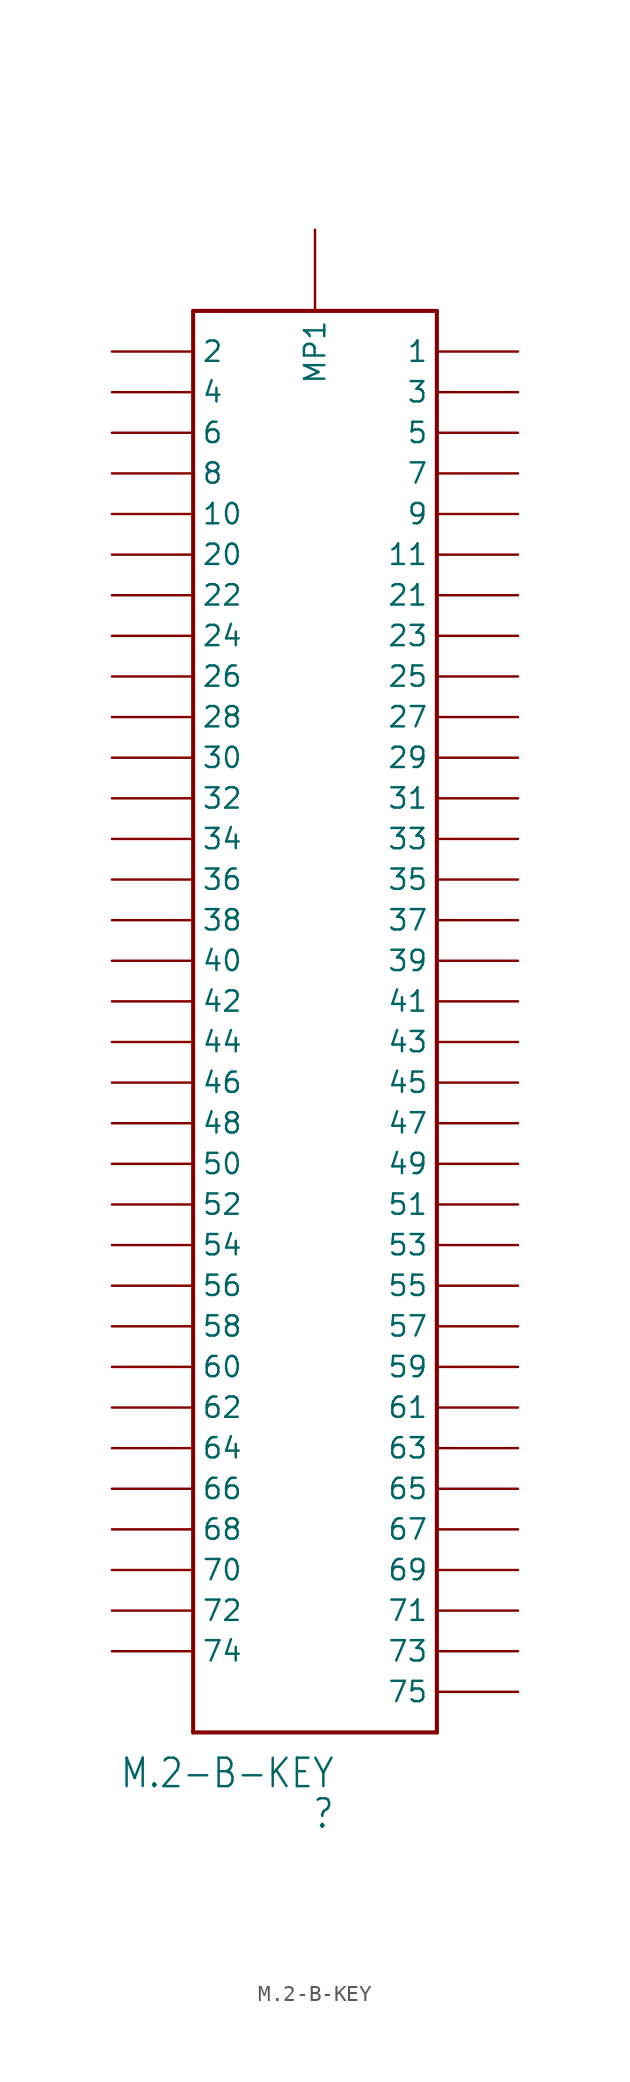
<source format=kicad_sym>
(kicad_symbol_lib
  (version 20200908)
  (generator kicad_symbol_editor)
  (symbol "M.2-B-KEY"
    (property "Reference" ""
      (at 8.89 -5.08 0)
      (effects (font (size 1.778 1.511)) (justify right)))
    (property "Value" "M.2-B-KEY"
      (at 8.89 -2.54 0)
      (effects (font (size 1.778 1.511)) (justify right)))
    (property "ki_locked" ""
      (at 0 0 0)
      (effects (font (size 1.27 1.27))))
    (symbol "M.2-B-KEY_1_0"
      (polyline (pts (xy 15.24 88.9) (xy 15.24 0)) (stroke (width 0.254)) (fill (type none)))
      (polyline (pts (xy 0 0) (xy 15.24 0)) (stroke (width 0.254)) (fill (type none)))
      (polyline (pts (xy 0 0) (xy 0 88.9)) (stroke (width 0.254)) (fill (type none)))
      (polyline (pts (xy 15.24 88.9) (xy 0 88.9)) (stroke (width 0.254)) (fill (type none)))
      (pin bidirectional line (at 20.32 86.36 180) (length 5.08) (name "1" (effects (font (size 1.27 1.27)))) (number "P$1" (effects (font (size 0 0)))))
      (pin bidirectional line (at -5.08 86.36 0) (length 5.08) (name "2" (effects (font (size 1.27 1.27)))) (number "P$2" (effects (font (size 0 0)))))
      (pin bidirectional line (at 20.32 83.82 180) (length 5.08) (name "3" (effects (font (size 1.27 1.27)))) (number "P$3" (effects (font (size 0 0)))))
      (pin bidirectional line (at -5.08 83.82 0) (length 5.08) (name "4" (effects (font (size 1.27 1.27)))) (number "P$4" (effects (font (size 0 0)))))
      (pin bidirectional line (at 20.32 81.28 180) (length 5.08) (name "5" (effects (font (size 1.27 1.27)))) (number "P$5" (effects (font (size 0 0)))))
      (pin bidirectional line (at -5.08 81.28 0) (length 5.08) (name "6" (effects (font (size 1.27 1.27)))) (number "P$6" (effects (font (size 0 0)))))
      (pin bidirectional line (at 20.32 78.74 180) (length 5.08) (name "7" (effects (font (size 1.27 1.27)))) (number "P$7" (effects (font (size 0 0)))))
      (pin bidirectional line (at -5.08 78.74 0) (length 5.08) (name "8" (effects (font (size 1.27 1.27)))) (number "P$8" (effects (font (size 0 0)))))
      (pin bidirectional line (at 20.32 76.2 180) (length 5.08) (name "9" (effects (font (size 1.27 1.27)))) (number "P$9" (effects (font (size 0 0)))))
      (pin bidirectional line (at -5.08 76.2 0) (length 5.08) (name "10" (effects (font (size 1.27 1.27)))) (number "P$10" (effects (font (size 0 0)))))
      (pin bidirectional line (at 20.32 73.66 180) (length 5.08) (name "11" (effects (font (size 1.27 1.27)))) (number "P$11" (effects (font (size 0 0)))))
      (pin bidirectional line (at -5.08 73.66 0) (length 5.08) (name "20" (effects (font (size 1.27 1.27)))) (number "P$20" (effects (font (size 0 0)))))
      (pin bidirectional line (at 20.32 71.12 180) (length 5.08) (name "21" (effects (font (size 1.27 1.27)))) (number "P$21" (effects (font (size 0 0)))))
      (pin bidirectional line (at -5.08 71.12 0) (length 5.08) (name "22" (effects (font (size 1.27 1.27)))) (number "P$22" (effects (font (size 0 0)))))
      (pin bidirectional line (at 20.32 68.58 180) (length 5.08) (name "23" (effects (font (size 1.27 1.27)))) (number "P$23" (effects (font (size 0 0)))))
      (pin bidirectional line (at -5.08 68.58 0) (length 5.08) (name "24" (effects (font (size 1.27 1.27)))) (number "P$24" (effects (font (size 0 0)))))
      (pin bidirectional line (at 20.32 66.04 180) (length 5.08) (name "25" (effects (font (size 1.27 1.27)))) (number "P$25" (effects (font (size 0 0)))))
      (pin bidirectional line (at -5.08 66.04 0) (length 5.08) (name "26" (effects (font (size 1.27 1.27)))) (number "P$26" (effects (font (size 0 0)))))
      (pin bidirectional line (at 20.32 63.5 180) (length 5.08) (name "27" (effects (font (size 1.27 1.27)))) (number "P$27" (effects (font (size 0 0)))))
      (pin bidirectional line (at -5.08 63.5 0) (length 5.08) (name "28" (effects (font (size 1.27 1.27)))) (number "P$28" (effects (font (size 0 0)))))
      (pin bidirectional line (at 20.32 60.96 180) (length 5.08) (name "29" (effects (font (size 1.27 1.27)))) (number "P$29" (effects (font (size 0 0)))))
      (pin bidirectional line (at -5.08 60.96 0) (length 5.08) (name "30" (effects (font (size 1.27 1.27)))) (number "P$30" (effects (font (size 0 0)))))
      (pin bidirectional line (at 20.32 58.42 180) (length 5.08) (name "31" (effects (font (size 1.27 1.27)))) (number "P$31" (effects (font (size 0 0)))))
      (pin bidirectional line (at -5.08 58.42 0) (length 5.08) (name "32" (effects (font (size 1.27 1.27)))) (number "P$32" (effects (font (size 0 0)))))
      (pin bidirectional line (at 20.32 55.88 180) (length 5.08) (name "33" (effects (font (size 1.27 1.27)))) (number "P$33" (effects (font (size 0 0)))))
      (pin bidirectional line (at -5.08 55.88 0) (length 5.08) (name "34" (effects (font (size 1.27 1.27)))) (number "P$34" (effects (font (size 0 0)))))
      (pin bidirectional line (at 20.32 53.34 180) (length 5.08) (name "35" (effects (font (size 1.27 1.27)))) (number "P$35" (effects (font (size 0 0)))))
      (pin bidirectional line (at -5.08 53.34 0) (length 5.08) (name "36" (effects (font (size 1.27 1.27)))) (number "P$36" (effects (font (size 0 0)))))
      (pin bidirectional line (at 20.32 50.8 180) (length 5.08) (name "37" (effects (font (size 1.27 1.27)))) (number "P$37" (effects (font (size 0 0)))))
      (pin bidirectional line (at -5.08 50.8 0) (length 5.08) (name "38" (effects (font (size 1.27 1.27)))) (number "P$38" (effects (font (size 0 0)))))
      (pin bidirectional line (at 20.32 48.26 180) (length 5.08) (name "39" (effects (font (size 1.27 1.27)))) (number "P$39" (effects (font (size 0 0)))))
      (pin bidirectional line (at -5.08 48.26 0) (length 5.08) (name "40" (effects (font (size 1.27 1.27)))) (number "P$40" (effects (font (size 0 0)))))
      (pin bidirectional line (at 20.32 45.72 180) (length 5.08) (name "41" (effects (font (size 1.27 1.27)))) (number "P$41" (effects (font (size 0 0)))))
      (pin bidirectional line (at -5.08 45.72 0) (length 5.08) (name "42" (effects (font (size 1.27 1.27)))) (number "P$42" (effects (font (size 0 0)))))
      (pin bidirectional line (at 20.32 43.18 180) (length 5.08) (name "43" (effects (font (size 1.27 1.27)))) (number "P$43" (effects (font (size 0 0)))))
      (pin bidirectional line (at -5.08 43.18 0) (length 5.08) (name "44" (effects (font (size 1.27 1.27)))) (number "P$44" (effects (font (size 0 0)))))
      (pin bidirectional line (at 20.32 40.64 180) (length 5.08) (name "45" (effects (font (size 1.27 1.27)))) (number "P$45" (effects (font (size 0 0)))))
      (pin bidirectional line (at -5.08 40.64 0) (length 5.08) (name "46" (effects (font (size 1.27 1.27)))) (number "P$46" (effects (font (size 0 0)))))
      (pin bidirectional line (at 20.32 38.1 180) (length 5.08) (name "47" (effects (font (size 1.27 1.27)))) (number "P$47" (effects (font (size 0 0)))))
      (pin bidirectional line (at -5.08 38.1 0) (length 5.08) (name "48" (effects (font (size 1.27 1.27)))) (number "P$48" (effects (font (size 0 0)))))
      (pin bidirectional line (at 20.32 35.56 180) (length 5.08) (name "49" (effects (font (size 1.27 1.27)))) (number "P$49" (effects (font (size 0 0)))))
      (pin bidirectional line (at -5.08 35.56 0) (length 5.08) (name "50" (effects (font (size 1.27 1.27)))) (number "P$50" (effects (font (size 0 0)))))
      (pin bidirectional line (at 20.32 33.02 180) (length 5.08) (name "51" (effects (font (size 1.27 1.27)))) (number "P$51" (effects (font (size 0 0)))))
      (pin bidirectional line (at -5.08 33.02 0) (length 5.08) (name "52" (effects (font (size 1.27 1.27)))) (number "P$52" (effects (font (size 0 0)))))
      (pin bidirectional line (at 20.32 30.48 180) (length 5.08) (name "53" (effects (font (size 1.27 1.27)))) (number "P$53" (effects (font (size 0 0)))))
      (pin bidirectional line (at -5.08 30.48 0) (length 5.08) (name "54" (effects (font (size 1.27 1.27)))) (number "P$54" (effects (font (size 0 0)))))
      (pin bidirectional line (at 20.32 27.94 180) (length 5.08) (name "55" (effects (font (size 1.27 1.27)))) (number "P$55" (effects (font (size 0 0)))))
      (pin bidirectional line (at -5.08 27.94 0) (length 5.08) (name "56" (effects (font (size 1.27 1.27)))) (number "P$56" (effects (font (size 0 0)))))
      (pin bidirectional line (at 20.32 25.4 180) (length 5.08) (name "57" (effects (font (size 1.27 1.27)))) (number "P$57" (effects (font (size 0 0)))))
      (pin bidirectional line (at -5.08 25.4 0) (length 5.08) (name "58" (effects (font (size 1.27 1.27)))) (number "P$58" (effects (font (size 0 0)))))
      (pin bidirectional line (at 20.32 22.86 180) (length 5.08) (name "59" (effects (font (size 1.27 1.27)))) (number "P$59" (effects (font (size 0 0)))))
      (pin bidirectional line (at -5.08 22.86 0) (length 5.08) (name "60" (effects (font (size 1.27 1.27)))) (number "P$60" (effects (font (size 0 0)))))
      (pin bidirectional line (at 20.32 20.32 180) (length 5.08) (name "61" (effects (font (size 1.27 1.27)))) (number "P$61" (effects (font (size 0 0)))))
      (pin bidirectional line (at -5.08 20.32 0) (length 5.08) (name "62" (effects (font (size 1.27 1.27)))) (number "P$62" (effects (font (size 0 0)))))
      (pin bidirectional line (at 20.32 17.78 180) (length 5.08) (name "63" (effects (font (size 1.27 1.27)))) (number "P$63" (effects (font (size 0 0)))))
      (pin bidirectional line (at -5.08 17.78 0) (length 5.08) (name "64" (effects (font (size 1.27 1.27)))) (number "P$64" (effects (font (size 0 0)))))
      (pin bidirectional line (at 20.32 15.24 180) (length 5.08) (name "65" (effects (font (size 1.27 1.27)))) (number "P$65" (effects (font (size 0 0)))))
      (pin bidirectional line (at -5.08 15.24 0) (length 5.08) (name "66" (effects (font (size 1.27 1.27)))) (number "P$66" (effects (font (size 0 0)))))
      (pin bidirectional line (at 20.32 12.7 180) (length 5.08) (name "67" (effects (font (size 1.27 1.27)))) (number "P$67" (effects (font (size 0 0)))))
      (pin bidirectional line (at -5.08 12.7 0) (length 5.08) (name "68" (effects (font (size 1.27 1.27)))) (number "P$68" (effects (font (size 0 0)))))
      (pin bidirectional line (at 20.32 10.16 180) (length 5.08) (name "69" (effects (font (size 1.27 1.27)))) (number "P$69" (effects (font (size 0 0)))))
      (pin bidirectional line (at -5.08 10.16 0) (length 5.08) (name "70" (effects (font (size 1.27 1.27)))) (number "P$70" (effects (font (size 0 0)))))
      (pin bidirectional line (at 20.32 7.62 180) (length 5.08) (name "71" (effects (font (size 1.27 1.27)))) (number "P$71" (effects (font (size 0 0)))))
      (pin bidirectional line (at -5.08 7.62 0) (length 5.08) (name "72" (effects (font (size 1.27 1.27)))) (number "P$72" (effects (font (size 0 0)))))
      (pin bidirectional line (at 20.32 5.08 180) (length 5.08) (name "73" (effects (font (size 1.27 1.27)))) (number "P$73" (effects (font (size 0 0)))))
      (pin bidirectional line (at -5.08 5.08 0) (length 5.08) (name "74" (effects (font (size 1.27 1.27)))) (number "P$74" (effects (font (size 0 0)))))
      (pin bidirectional line (at 20.32 2.54 180) (length 5.08) (name "75" (effects (font (size 1.27 1.27)))) (number "P$75" (effects (font (size 0 0)))))
      (pin bidirectional line (at 7.62 93.98 270) (length 5.08) (name "MP1" (effects (font (size 1.27 1.27)))) (number "MOUNTING-HOLE" (effects (font (size 0 0))))))))
</source>
